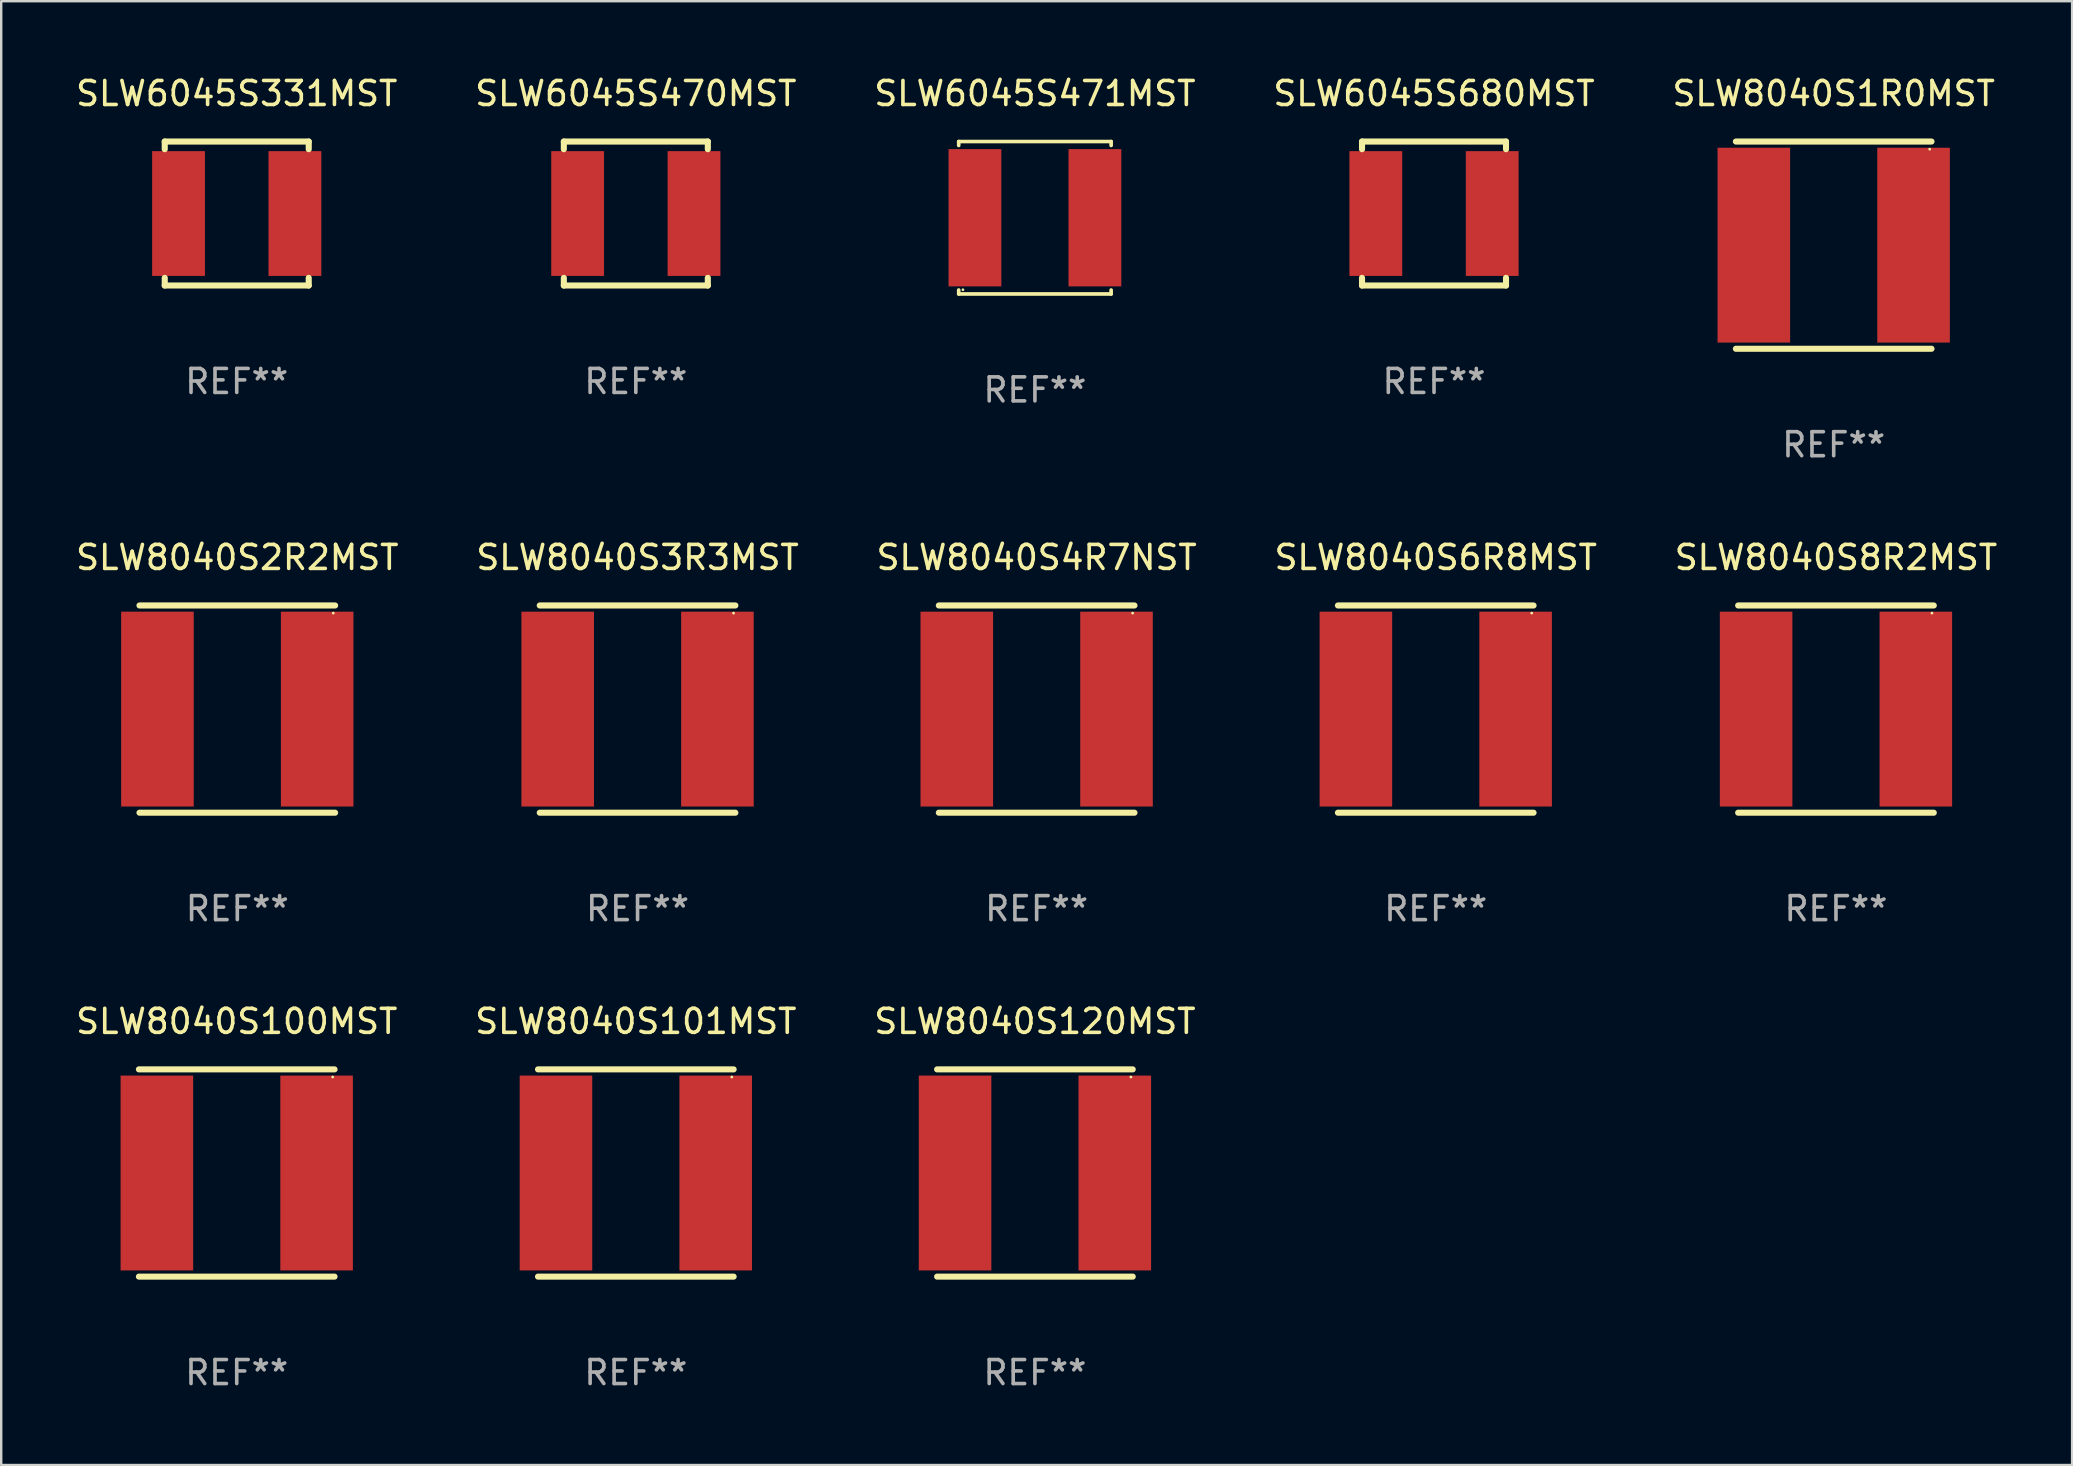
<source format=kicad_pcb>
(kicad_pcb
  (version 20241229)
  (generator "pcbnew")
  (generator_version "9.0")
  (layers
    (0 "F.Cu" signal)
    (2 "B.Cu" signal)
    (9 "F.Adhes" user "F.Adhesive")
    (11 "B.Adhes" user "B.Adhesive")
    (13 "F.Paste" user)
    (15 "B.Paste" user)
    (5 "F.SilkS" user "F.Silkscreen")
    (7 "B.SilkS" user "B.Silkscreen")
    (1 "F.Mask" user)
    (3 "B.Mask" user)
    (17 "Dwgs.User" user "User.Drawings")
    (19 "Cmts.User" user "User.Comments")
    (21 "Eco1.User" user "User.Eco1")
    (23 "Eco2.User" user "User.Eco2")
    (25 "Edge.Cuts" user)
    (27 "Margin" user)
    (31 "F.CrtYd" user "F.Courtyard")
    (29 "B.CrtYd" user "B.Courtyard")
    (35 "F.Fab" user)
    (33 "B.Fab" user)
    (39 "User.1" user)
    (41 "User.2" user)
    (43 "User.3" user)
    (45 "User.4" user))
  (footprint "SLW8040S1R0MST"
    (layer "F.Cu")
    (at 73.363 7.166)
    (property "Reference" "SLW8040S1R0MST" (at 0 -6.318 0) (layer "F.SilkS") (effects (font (size 1 1) (thickness 0.15))))
    (attr through_hole)
    (fp_line (start -4.076 -4.318) (end 4.076 -4.318) (stroke (width 0.254) (type solid)) (layer "F.SilkS"))
    (fp_line (start -4.076 4.318) (end 4.076 4.318) (stroke (width 0.254) (type solid)) (layer "F.SilkS"))
    (fp_circle (center 4 -4) (end 4.03 -4) (stroke (width 0.06) (type solid)) (fill no) (layer "F.SilkS"))
    (fp_text user "REF**" (at 0 8.318 0) (layer "F.Fab") (effects (font (size 1 1) (thickness 0.15))))
    (pad "1" smd rect (at 3.328 0) (size 3.024 8.12) (layers "F.Cu" "F.Mask" "F.Paste"))
    (pad "2" smd rect (at -3.328 0) (size 3.024 8.12) (layers "F.Cu" "F.Mask" "F.Paste")))
  (footprint "SLW8040S120MST"
    (layer "F.Cu")
    (at 40.077 45.831)
    (property "Reference" "SLW8040S120MST" (at 0 -6.318 0) (layer "F.SilkS") (effects (font (size 1 1) (thickness 0.15))))
    (attr through_hole)
    (fp_line (start -4.076 -4.318) (end 4.076 -4.318) (stroke (width 0.254) (type solid)) (layer "F.SilkS"))
    (fp_line (start -4.076 4.318) (end 4.076 4.318) (stroke (width 0.254) (type solid)) (layer "F.SilkS"))
    (fp_circle (center 4 -4) (end 4.03 -4) (stroke (width 0.06) (type solid)) (fill no) (layer "F.SilkS"))
    (fp_text user "REF**" (at 0 8.318 0) (layer "F.Fab") (effects (font (size 1 1) (thickness 0.15))))
    (pad "1" smd rect (at 3.328 0) (size 3.024 8.12) (layers "F.Cu" "F.Mask" "F.Paste"))
    (pad "2" smd rect (at -3.328 0) (size 3.024 8.12) (layers "F.Cu" "F.Mask" "F.Paste")))
  (footprint "SLW8040S2R2MST"
    (layer "F.Cu")
    (at 6.839 26.499)
    (property "Reference" "SLW8040S2R2MST" (at 0 -6.318 0) (layer "F.SilkS") (effects (font (size 1 1) (thickness 0.15))))
    (attr through_hole)
    (fp_line (start -4.076 -4.318) (end 4.076 -4.318) (stroke (width 0.254) (type solid)) (layer "F.SilkS"))
    (fp_line (start -4.076 4.318) (end 4.076 4.318) (stroke (width 0.254) (type solid)) (layer "F.SilkS"))
    (fp_circle (center 4 -4) (end 4.03 -4) (stroke (width 0.06) (type solid)) (fill no) (layer "F.SilkS"))
    (fp_text user "REF**" (at 0 8.318 0) (layer "F.Fab") (effects (font (size 1 1) (thickness 0.15))))
    (pad "1" smd rect (at 3.328 0) (size 3.024 8.12) (layers "F.Cu" "F.Mask" "F.Paste"))
    (pad "2" smd rect (at -3.328 0) (size 3.024 8.12) (layers "F.Cu" "F.Mask" "F.Paste")))
  (footprint "SLW8040S4R7NST"
    (layer "F.Cu")
    (at 40.149 26.499)
    (property "Reference" "SLW8040S4R7NST" (at 0 -6.318 0) (layer "F.SilkS") (effects (font (size 1 1) (thickness 0.15))))
    (attr through_hole)
    (fp_line (start -4.076 -4.318) (end 4.076 -4.318) (stroke (width 0.254) (type solid)) (layer "F.SilkS"))
    (fp_line (start -4.076 4.318) (end 4.076 4.318) (stroke (width 0.254) (type solid)) (layer "F.SilkS"))
    (fp_circle (center 4 -4) (end 4.03 -4) (stroke (width 0.06) (type solid)) (fill no) (layer "F.SilkS"))
    (fp_text user "REF**" (at 0 8.318 0) (layer "F.Fab") (effects (font (size 1 1) (thickness 0.15))))
    (pad "1" smd rect (at 3.328 0) (size 3.024 8.12) (layers "F.Cu" "F.Mask" "F.Paste"))
    (pad "2" smd rect (at -3.328 0) (size 3.024 8.12) (layers "F.Cu" "F.Mask" "F.Paste")))
  (footprint "SLW8040S6R8MST"
    (layer "F.Cu")
    (at 56.78 26.499)
    (property "Reference" "SLW8040S6R8MST" (at 0 -6.318 0) (layer "F.SilkS") (effects (font (size 1 1) (thickness 0.15))))
    (attr through_hole)
    (fp_line (start -4.076 -4.318) (end 4.076 -4.318) (stroke (width 0.254) (type solid)) (layer "F.SilkS"))
    (fp_line (start -4.076 4.318) (end 4.076 4.318) (stroke (width 0.254) (type solid)) (layer "F.SilkS"))
    (fp_circle (center 4 -4) (end 4.03 -4) (stroke (width 0.06) (type solid)) (fill no) (layer "F.SilkS"))
    (fp_text user "REF**" (at 0 8.318 0) (layer "F.Fab") (effects (font (size 1 1) (thickness 0.15))))
    (pad "1" smd rect (at 3.328 0) (size 3.024 8.12) (layers "F.Cu" "F.Mask" "F.Paste"))
    (pad "2" smd rect (at -3.328 0) (size 3.024 8.12) (layers "F.Cu" "F.Mask" "F.Paste")))
  (footprint "SLW8040S3R3MST"
    (layer "F.Cu")
    (at 23.518 26.499)
    (property "Reference" "SLW8040S3R3MST" (at 0 -6.318 0) (layer "F.SilkS") (effects (font (size 1 1) (thickness 0.15))))
    (attr through_hole)
    (fp_line (start -4.076 -4.318) (end 4.076 -4.318) (stroke (width 0.254) (type solid)) (layer "F.SilkS"))
    (fp_line (start -4.076 4.318) (end 4.076 4.318) (stroke (width 0.254) (type solid)) (layer "F.SilkS"))
    (fp_circle (center 4 -4) (end 4.03 -4) (stroke (width 0.06) (type solid)) (fill no) (layer "F.SilkS"))
    (fp_text user "REF**" (at 0 8.318 0) (layer "F.Fab") (effects (font (size 1 1) (thickness 0.15))))
    (pad "1" smd rect (at 3.328 0) (size 3.024 8.12) (layers "F.Cu" "F.Mask" "F.Paste"))
    (pad "2" smd rect (at -3.328 0) (size 3.024 8.12) (layers "F.Cu" "F.Mask" "F.Paste")))
  (footprint "SLW6045S470MST"
    (layer "F.Cu")
    (at 23.446 5.848)
    (property "Reference" "SLW6045S470MST" (at 0 -5 0) (layer "F.SilkS") (effects (font (size 1 1) (thickness 0.15))))
    (attr through_hole)
    (fp_line (start -3 -3) (end -3 -2.681) (stroke (width 0.254) (type solid)) (layer "F.SilkS"))
    (fp_line (start -3 -3) (end 3 -3) (stroke (width 0.254) (type solid)) (layer "F.SilkS"))
    (fp_line (start -3 2.681) (end -3 3) (stroke (width 0.254) (type solid)) (layer "F.SilkS"))
    (fp_line (start -3 3) (end 3 3) (stroke (width 0.254) (type solid)) (layer "F.SilkS"))
    (fp_line (start 3 -2.681) (end 3 -3) (stroke (width 0.254) (type solid)) (layer "F.SilkS"))
    (fp_line (start 3 3) (end 3 2.681) (stroke (width 0.254) (type solid)) (layer "F.SilkS"))
    (fp_circle (center -3 3) (end -2.97 3) (stroke (width 0.06) (type solid)) (fill no) (layer "F.SilkS"))
    (fp_text user "REF**" (at 0 7 0) (layer "F.Fab") (effects (font (size 1 1) (thickness 0.15))))
    (pad "1" smd rect (at -2.425 0) (size 2.2 5.2) (layers "F.Cu" "F.Mask" "F.Paste"))
    (pad "2" smd rect (at 2.425 0) (size 2.2 5.2) (layers "F.Cu" "F.Mask" "F.Paste")))
  (footprint "SLW8040S100MST"
    (layer "F.Cu")
    (at 6.815 45.831)
    (property "Reference" "SLW8040S100MST" (at 0 -6.318 0) (layer "F.SilkS") (effects (font (size 1 1) (thickness 0.15))))
    (attr through_hole)
    (fp_line (start -4.076 -4.318) (end 4.076 -4.318) (stroke (width 0.254) (type solid)) (layer "F.SilkS"))
    (fp_line (start -4.076 4.318) (end 4.076 4.318) (stroke (width 0.254) (type solid)) (layer "F.SilkS"))
    (fp_circle (center 4 -4) (end 4.03 -4) (stroke (width 0.06) (type solid)) (fill no) (layer "F.SilkS"))
    (fp_text user "REF**" (at 0 8.318 0) (layer "F.Fab") (effects (font (size 1 1) (thickness 0.15))))
    (pad "1" smd rect (at 3.328 0) (size 3.024 8.12) (layers "F.Cu" "F.Mask" "F.Paste"))
    (pad "2" smd rect (at -3.328 0) (size 3.024 8.12) (layers "F.Cu" "F.Mask" "F.Paste")))
  (footprint "SLW8040S8R2MST"
    (layer "F.Cu")
    (at 73.458 26.499)
    (property "Reference" "SLW8040S8R2MST" (at 0 -6.318 0) (layer "F.SilkS") (effects (font (size 1 1) (thickness 0.15))))
    (attr through_hole)
    (fp_line (start -4.076 -4.318) (end 4.076 -4.318) (stroke (width 0.254) (type solid)) (layer "F.SilkS"))
    (fp_line (start -4.076 4.318) (end 4.076 4.318) (stroke (width 0.254) (type solid)) (layer "F.SilkS"))
    (fp_circle (center 4 -4) (end 4.03 -4) (stroke (width 0.06) (type solid)) (fill no) (layer "F.SilkS"))
    (fp_text user "REF**" (at 0 8.318 0) (layer "F.Fab") (effects (font (size 1 1) (thickness 0.15))))
    (pad "1" smd rect (at 3.328 0) (size 3.024 8.12) (layers "F.Cu" "F.Mask" "F.Paste"))
    (pad "2" smd rect (at -3.328 0) (size 3.024 8.12) (layers "F.Cu" "F.Mask" "F.Paste")))
  (footprint "SLW6045S331MST"
    (layer "F.Cu")
    (at 6.815 5.848)
    (property "Reference" "SLW6045S331MST" (at 0 -5 0) (layer "F.SilkS") (effects (font (size 1 1) (thickness 0.15))))
    (attr through_hole)
    (fp_line (start -3 -3) (end -3 -2.681) (stroke (width 0.254) (type solid)) (layer "F.SilkS"))
    (fp_line (start -3 -3) (end 3 -3) (stroke (width 0.254) (type solid)) (layer "F.SilkS"))
    (fp_line (start -3 2.681) (end -3 3) (stroke (width 0.254) (type solid)) (layer "F.SilkS"))
    (fp_line (start -3 3) (end 3 3) (stroke (width 0.254) (type solid)) (layer "F.SilkS"))
    (fp_line (start 3 -2.681) (end 3 -3) (stroke (width 0.254) (type solid)) (layer "F.SilkS"))
    (fp_line (start 3 3) (end 3 2.681) (stroke (width 0.254) (type solid)) (layer "F.SilkS"))
    (fp_circle (center -3 3) (end -2.97 3) (stroke (width 0.06) (type solid)) (fill no) (layer "F.SilkS"))
    (fp_text user "REF**" (at 0 7 0) (layer "F.Fab") (effects (font (size 1 1) (thickness 0.15))))
    (pad "1" smd rect (at -2.425 0) (size 2.2 5.2) (layers "F.Cu" "F.Mask" "F.Paste"))
    (pad "2" smd rect (at 2.425 0) (size 2.2 5.2) (layers "F.Cu" "F.Mask" "F.Paste")))
  (footprint "SLW8040S101MST"
    (layer "F.Cu")
    (at 23.446 45.831)
    (property "Reference" "SLW8040S101MST" (at 0 -6.318 0) (layer "F.SilkS") (effects (font (size 1 1) (thickness 0.15))))
    (attr through_hole)
    (fp_line (start -4.076 -4.318) (end 4.076 -4.318) (stroke (width 0.254) (type solid)) (layer "F.SilkS"))
    (fp_line (start -4.076 4.318) (end 4.076 4.318) (stroke (width 0.254) (type solid)) (layer "F.SilkS"))
    (fp_circle (center 4 -4) (end 4.03 -4) (stroke (width 0.06) (type solid)) (fill no) (layer "F.SilkS"))
    (fp_text user "REF**" (at 0 8.318 0) (layer "F.Fab") (effects (font (size 1 1) (thickness 0.15))))
    (pad "1" smd rect (at 3.328 0) (size 3.024 8.12) (layers "F.Cu" "F.Mask" "F.Paste"))
    (pad "2" smd rect (at -3.328 0) (size 3.024 8.12) (layers "F.Cu" "F.Mask" "F.Paste")))
  (footprint "SLW6045S680MST"
    (layer "F.Cu")
    (at 56.708 5.848)
    (property "Reference" "SLW6045S680MST" (at 0 -5 0) (layer "F.SilkS") (effects (font (size 1 1) (thickness 0.15))))
    (attr through_hole)
    (fp_line (start -3 -3) (end -3 -2.681) (stroke (width 0.254) (type solid)) (layer "F.SilkS"))
    (fp_line (start -3 -3) (end 3 -3) (stroke (width 0.254) (type solid)) (layer "F.SilkS"))
    (fp_line (start -3 2.681) (end -3 3) (stroke (width 0.254) (type solid)) (layer "F.SilkS"))
    (fp_line (start -3 3) (end 3 3) (stroke (width 0.254) (type solid)) (layer "F.SilkS"))
    (fp_line (start 3 -2.681) (end 3 -3) (stroke (width 0.254) (type solid)) (layer "F.SilkS"))
    (fp_line (start 3 3) (end 3 2.681) (stroke (width 0.254) (type solid)) (layer "F.SilkS"))
    (fp_circle (center -3 3) (end -2.97 3) (stroke (width 0.06) (type solid)) (fill no) (layer "F.SilkS"))
    (fp_text user "REF**" (at 0 7 0) (layer "F.Fab") (effects (font (size 1 1) (thickness 0.15))))
    (pad "1" smd rect (at -2.425 0) (size 2.2 5.2) (layers "F.Cu" "F.Mask" "F.Paste"))
    (pad "2" smd rect (at 2.425 0) (size 2.2 5.2) (layers "F.Cu" "F.Mask" "F.Paste")))
  (footprint "SLW6045S471MST"
    (layer "F.Cu")
    (at 40.077 6.024)
    (property "Reference" "SLW6045S471MST" (at 0 -5.176 0) (layer "F.SilkS") (effects (font (size 1 1) (thickness 0.15))))
    (attr through_hole)
    (fp_line (start -3.176 -3.176) (end 3.176 -3.176) (stroke (width 0.152) (type solid)) (layer "F.SilkS"))
    (fp_line (start -3.176 -3.012) (end -3.176 -3.176) (stroke (width 0.152) (type solid)) (layer "F.SilkS"))
    (fp_line (start -3.176 3.012) (end -3.176 3.176) (stroke (width 0.152) (type solid)) (layer "F.SilkS"))
    (fp_line (start -3.176 3.176) (end 3.176 3.176) (stroke (width 0.152) (type solid)) (layer "F.SilkS"))
    (fp_line (start 3.176 -3.176) (end 3.176 -3.012) (stroke (width 0.152) (type solid)) (layer "F.SilkS"))
    (fp_line (start 3.176 3.176) (end 3.176 3.012) (stroke (width 0.152) (type solid)) (layer "F.SilkS"))
    (fp_circle (center -3 3) (end -2.97 3) (stroke (width 0.06) (type solid)) (fill no) (layer "F.SilkS"))
    (fp_text user "REF**" (at 0 7.176 0) (layer "F.Fab") (effects (font (size 1 1) (thickness 0.15))))
    (pad "1" smd rect (at -2.5 0) (size 2.2 5.72) (layers "F.Cu" "F.Mask" "F.Paste"))
    (pad "2" smd rect (at 2.5 0) (size 2.2 5.72) (layers "F.Cu" "F.Mask" "F.Paste")))
  (gr_rect
    (start -3 -3)
    (end 83.298 57.998)
    (stroke (width 0.1) (type default))
    (fill no)
    (layer "Edge.Cuts")))
</source>
